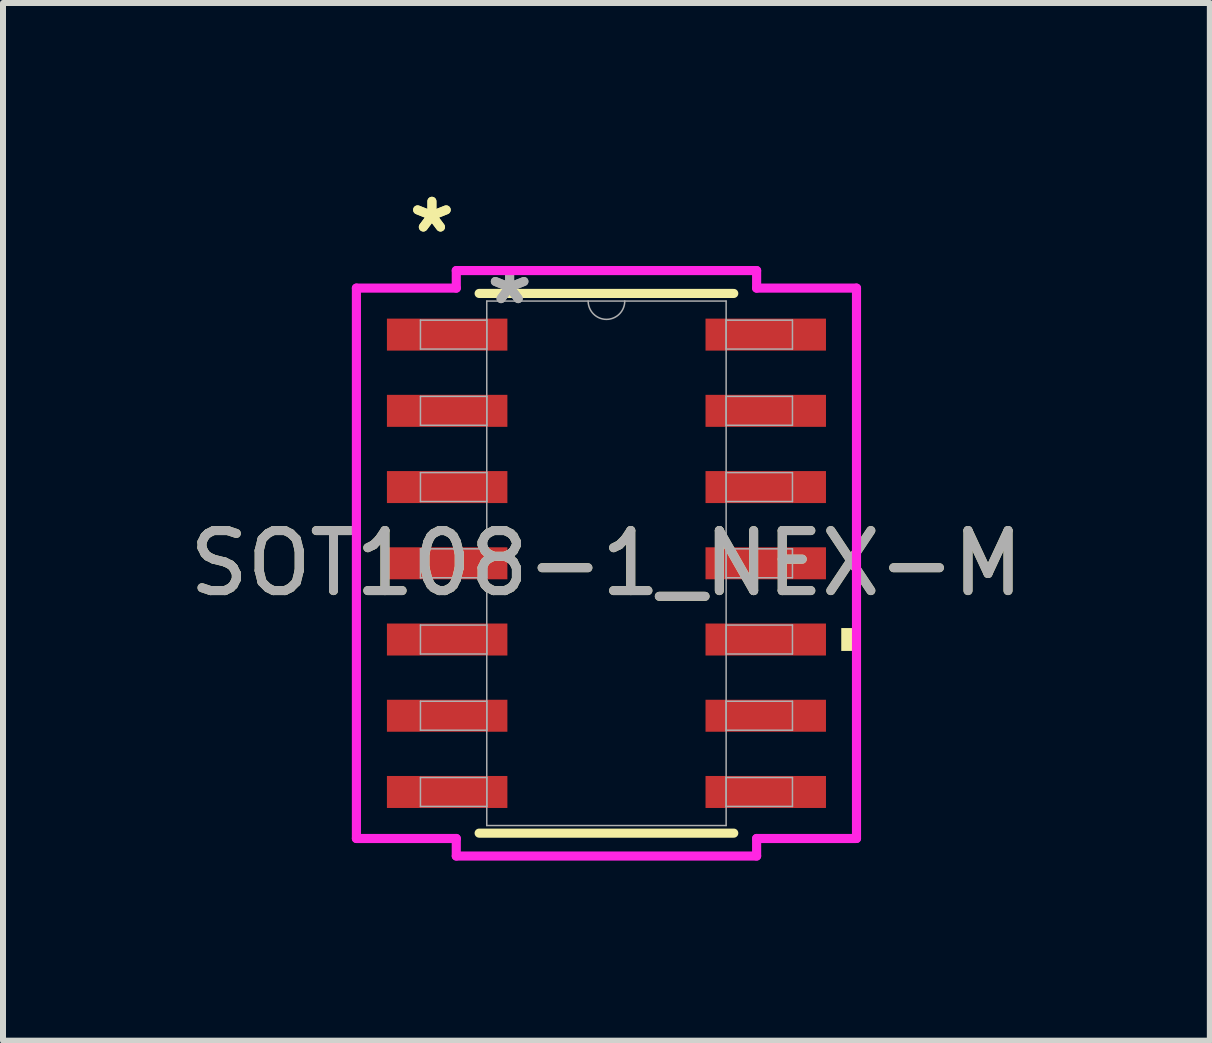
<source format=kicad_pcb>
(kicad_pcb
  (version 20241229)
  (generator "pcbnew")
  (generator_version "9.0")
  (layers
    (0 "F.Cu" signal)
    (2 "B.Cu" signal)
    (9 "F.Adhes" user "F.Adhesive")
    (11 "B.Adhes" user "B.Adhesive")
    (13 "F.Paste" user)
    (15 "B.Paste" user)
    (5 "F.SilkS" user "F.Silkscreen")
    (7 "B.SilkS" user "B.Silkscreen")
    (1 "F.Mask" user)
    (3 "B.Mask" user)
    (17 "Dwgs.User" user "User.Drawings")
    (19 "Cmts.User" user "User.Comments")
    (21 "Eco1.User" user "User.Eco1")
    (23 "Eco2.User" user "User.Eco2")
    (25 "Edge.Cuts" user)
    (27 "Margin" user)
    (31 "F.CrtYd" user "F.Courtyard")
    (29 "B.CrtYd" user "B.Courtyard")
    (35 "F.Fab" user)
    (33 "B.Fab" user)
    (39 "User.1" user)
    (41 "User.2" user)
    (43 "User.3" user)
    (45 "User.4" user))
  (footprint "SOT108-1_NEX-M"
    (layer "F.Cu")
    (at 7.054 6.335)
    (property "Reference" "SOT108-1_NEX-M" (at 0 0 0) (unlocked yes) (layer "F.SilkS") (effects (font (size 1 1) (thickness 0.15))))
    (attr smd)
    (fp_line (start -2.121 4.496) (end 2.121 4.496) (stroke (width 0.152) (type solid)) (layer "F.SilkS"))
    (fp_line (start 2.121 -4.496) (end -2.121 -4.496) (stroke (width 0.152) (type solid)) (layer "F.SilkS"))
    (fp_poly (pts (xy 4.166 1.079) (xy 4.166 1.46) (xy 3.912 1.46) (xy 3.912 1.079)) (stroke (width 0) (type solid)) (fill yes) (layer "F.SilkS"))
    (fp_line (start -4.166 -4.585) (end -2.502 -4.585) (stroke (width 0.152) (type solid)) (layer "F.CrtYd"))
    (fp_line (start -4.166 4.585) (end -4.166 -4.585) (stroke (width 0.152) (type solid)) (layer "F.CrtYd"))
    (fp_line (start -4.166 4.585) (end -2.502 4.585) (stroke (width 0.152) (type solid)) (layer "F.CrtYd"))
    (fp_line (start -2.502 -4.877) (end 2.502 -4.877) (stroke (width 0.152) (type solid)) (layer "F.CrtYd"))
    (fp_line (start -2.502 -4.585) (end -2.502 -4.877) (stroke (width 0.152) (type solid)) (layer "F.CrtYd"))
    (fp_line (start -2.502 4.877) (end -2.502 4.585) (stroke (width 0.152) (type solid)) (layer "F.CrtYd"))
    (fp_line (start 2.502 -4.877) (end 2.502 -4.585) (stroke (width 0.152) (type solid)) (layer "F.CrtYd"))
    (fp_line (start 2.502 4.585) (end 2.502 4.877) (stroke (width 0.152) (type solid)) (layer "F.CrtYd"))
    (fp_line (start 2.502 4.877) (end -2.502 4.877) (stroke (width 0.152) (type solid)) (layer "F.CrtYd"))
    (fp_line (start 4.166 -4.585) (end 2.502 -4.585) (stroke (width 0.152) (type solid)) (layer "F.CrtYd"))
    (fp_line (start 4.166 -4.585) (end 4.166 4.585) (stroke (width 0.152) (type solid)) (layer "F.CrtYd"))
    (fp_line (start 4.166 4.585) (end 2.502 4.585) (stroke (width 0.152) (type solid)) (layer "F.CrtYd"))
    (fp_line (start -3.099 -4.051) (end -3.099 -3.569) (stroke (width 0.025) (type solid)) (layer "F.Fab"))
    (fp_line (start -3.099 -3.569) (end -1.994 -3.569) (stroke (width 0.025) (type solid)) (layer "F.Fab"))
    (fp_line (start -3.099 -2.781) (end -3.099 -2.299) (stroke (width 0.025) (type solid)) (layer "F.Fab"))
    (fp_line (start -3.099 -2.299) (end -1.994 -2.299) (stroke (width 0.025) (type solid)) (layer "F.Fab"))
    (fp_line (start -3.099 -1.511) (end -3.099 -1.029) (stroke (width 0.025) (type solid)) (layer "F.Fab"))
    (fp_line (start -3.099 -1.029) (end -1.994 -1.029) (stroke (width 0.025) (type solid)) (layer "F.Fab"))
    (fp_line (start -3.099 -0.241) (end -3.099 0.241) (stroke (width 0.025) (type solid)) (layer "F.Fab"))
    (fp_line (start -3.099 0.241) (end -1.994 0.241) (stroke (width 0.025) (type solid)) (layer "F.Fab"))
    (fp_line (start -3.099 1.029) (end -3.099 1.511) (stroke (width 0.025) (type solid)) (layer "F.Fab"))
    (fp_line (start -3.099 1.511) (end -1.994 1.511) (stroke (width 0.025) (type solid)) (layer "F.Fab"))
    (fp_line (start -3.099 2.299) (end -3.099 2.781) (stroke (width 0.025) (type solid)) (layer "F.Fab"))
    (fp_line (start -3.099 2.781) (end -1.994 2.781) (stroke (width 0.025) (type solid)) (layer "F.Fab"))
    (fp_line (start -3.099 3.569) (end -3.099 4.051) (stroke (width 0.025) (type solid)) (layer "F.Fab"))
    (fp_line (start -3.099 4.051) (end -1.994 4.051) (stroke (width 0.025) (type solid)) (layer "F.Fab"))
    (fp_line (start -1.994 -4.369) (end -1.994 4.369) (stroke (width 0.025) (type solid)) (layer "F.Fab"))
    (fp_line (start -1.994 -4.051) (end -3.099 -4.051) (stroke (width 0.025) (type solid)) (layer "F.Fab"))
    (fp_line (start -1.994 -3.569) (end -1.994 -4.051) (stroke (width 0.025) (type solid)) (layer "F.Fab"))
    (fp_line (start -1.994 -2.781) (end -3.099 -2.781) (stroke (width 0.025) (type solid)) (layer "F.Fab"))
    (fp_line (start -1.994 -2.299) (end -1.994 -2.781) (stroke (width 0.025) (type solid)) (layer "F.Fab"))
    (fp_line (start -1.994 -1.511) (end -3.099 -1.511) (stroke (width 0.025) (type solid)) (layer "F.Fab"))
    (fp_line (start -1.994 -1.029) (end -1.994 -1.511) (stroke (width 0.025) (type solid)) (layer "F.Fab"))
    (fp_line (start -1.994 -0.241) (end -3.099 -0.241) (stroke (width 0.025) (type solid)) (layer "F.Fab"))
    (fp_line (start -1.994 0.241) (end -1.994 -0.241) (stroke (width 0.025) (type solid)) (layer "F.Fab"))
    (fp_line (start -1.994 1.029) (end -3.099 1.029) (stroke (width 0.025) (type solid)) (layer "F.Fab"))
    (fp_line (start -1.994 1.511) (end -1.994 1.029) (stroke (width 0.025) (type solid)) (layer "F.Fab"))
    (fp_line (start -1.994 2.299) (end -3.099 2.299) (stroke (width 0.025) (type solid)) (layer "F.Fab"))
    (fp_line (start -1.994 2.781) (end -1.994 2.299) (stroke (width 0.025) (type solid)) (layer "F.Fab"))
    (fp_line (start -1.994 3.569) (end -3.099 3.569) (stroke (width 0.025) (type solid)) (layer "F.Fab"))
    (fp_line (start -1.994 4.051) (end -1.994 3.569) (stroke (width 0.025) (type solid)) (layer "F.Fab"))
    (fp_line (start -1.994 4.369) (end 1.994 4.369) (stroke (width 0.025) (type solid)) (layer "F.Fab"))
    (fp_line (start 1.994 -4.369) (end -1.994 -4.369) (stroke (width 0.025) (type solid)) (layer "F.Fab"))
    (fp_line (start 1.994 -4.051) (end 1.994 -3.569) (stroke (width 0.025) (type solid)) (layer "F.Fab"))
    (fp_line (start 1.994 -3.569) (end 3.099 -3.569) (stroke (width 0.025) (type solid)) (layer "F.Fab"))
    (fp_line (start 1.994 -2.781) (end 1.994 -2.299) (stroke (width 0.025) (type solid)) (layer "F.Fab"))
    (fp_line (start 1.994 -2.299) (end 3.099 -2.299) (stroke (width 0.025) (type solid)) (layer "F.Fab"))
    (fp_line (start 1.994 -1.511) (end 1.994 -1.029) (stroke (width 0.025) (type solid)) (layer "F.Fab"))
    (fp_line (start 1.994 -1.029) (end 3.099 -1.029) (stroke (width 0.025) (type solid)) (layer "F.Fab"))
    (fp_line (start 1.994 -0.241) (end 1.994 0.241) (stroke (width 0.025) (type solid)) (layer "F.Fab"))
    (fp_line (start 1.994 0.241) (end 3.099 0.241) (stroke (width 0.025) (type solid)) (layer "F.Fab"))
    (fp_line (start 1.994 1.029) (end 1.994 1.511) (stroke (width 0.025) (type solid)) (layer "F.Fab"))
    (fp_line (start 1.994 1.511) (end 3.099 1.511) (stroke (width 0.025) (type solid)) (layer "F.Fab"))
    (fp_line (start 1.994 2.299) (end 1.994 2.781) (stroke (width 0.025) (type solid)) (layer "F.Fab"))
    (fp_line (start 1.994 2.781) (end 3.099 2.781) (stroke (width 0.025) (type solid)) (layer "F.Fab"))
    (fp_line (start 1.994 3.569) (end 1.994 4.051) (stroke (width 0.025) (type solid)) (layer "F.Fab"))
    (fp_line (start 1.994 4.051) (end 3.099 4.051) (stroke (width 0.025) (type solid)) (layer "F.Fab"))
    (fp_line (start 1.994 4.369) (end 1.994 -4.369) (stroke (width 0.025) (type solid)) (layer "F.Fab"))
    (fp_line (start 3.099 -4.051) (end 1.994 -4.051) (stroke (width 0.025) (type solid)) (layer "F.Fab"))
    (fp_line (start 3.099 -3.569) (end 3.099 -4.051) (stroke (width 0.025) (type solid)) (layer "F.Fab"))
    (fp_line (start 3.099 -2.781) (end 1.994 -2.781) (stroke (width 0.025) (type solid)) (layer "F.Fab"))
    (fp_line (start 3.099 -2.299) (end 3.099 -2.781) (stroke (width 0.025) (type solid)) (layer "F.Fab"))
    (fp_line (start 3.099 -1.511) (end 1.994 -1.511) (stroke (width 0.025) (type solid)) (layer "F.Fab"))
    (fp_line (start 3.099 -1.029) (end 3.099 -1.511) (stroke (width 0.025) (type solid)) (layer "F.Fab"))
    (fp_line (start 3.099 -0.241) (end 1.994 -0.241) (stroke (width 0.025) (type solid)) (layer "F.Fab"))
    (fp_line (start 3.099 0.241) (end 3.099 -0.241) (stroke (width 0.025) (type solid)) (layer "F.Fab"))
    (fp_line (start 3.099 1.029) (end 1.994 1.029) (stroke (width 0.025) (type solid)) (layer "F.Fab"))
    (fp_line (start 3.099 1.511) (end 3.099 1.029) (stroke (width 0.025) (type solid)) (layer "F.Fab"))
    (fp_line (start 3.099 2.299) (end 1.994 2.299) (stroke (width 0.025) (type solid)) (layer "F.Fab"))
    (fp_line (start 3.099 2.781) (end 3.099 2.299) (stroke (width 0.025) (type solid)) (layer "F.Fab"))
    (fp_line (start 3.099 3.569) (end 1.994 3.569) (stroke (width 0.025) (type solid)) (layer "F.Fab"))
    (fp_line (start 3.099 4.051) (end 3.099 3.569) (stroke (width 0.025) (type solid)) (layer "F.Fab"))
    (fp_arc (start 0.3048 -4.3688) (mid 0 -4.064) (end -0.3048 -4.3688) (stroke (width 0.0254) (type solid)) (layer "F.Fab"))
    (fp_text user "*" (at -2.908 -5.486 0) (layer "F.SilkS") (effects (font (size 1 1) (thickness 0.15))))
    (fp_text user "*" (at -2.908 -5.486 0) (unlocked yes) (layer "F.SilkS") (effects (font (size 1 1) (thickness 0.15))))
    (fp_text user "${REFERENCE}" (at 0 0 0) (unlocked yes) (layer "F.Fab") (effects (font (size 1 1) (thickness 0.15))))
    (fp_text user "*" (at -1.613 -4.293 0) (layer "F.Fab") (effects (font (size 1 1) (thickness 0.15))))
    (fp_text user "*" (at -1.613 -4.293 0) (unlocked yes) (layer "F.Fab") (effects (font (size 1 1) (thickness 0.15))))
    (pad "1" smd rect (at -2.654 -3.81) (size 2.007 0.533) (layers "F.Cu" "F.Mask" "F.Paste"))
    (pad "2" smd rect (at -2.654 -2.54) (size 2.007 0.533) (layers "F.Cu" "F.Mask" "F.Paste"))
    (pad "3" smd rect (at -2.654 -1.27) (size 2.007 0.533) (layers "F.Cu" "F.Mask" "F.Paste"))
    (pad "4" smd rect (at -2.654 0) (size 2.007 0.533) (layers "F.Cu" "F.Mask" "F.Paste"))
    (pad "5" smd rect (at -2.654 1.27) (size 2.007 0.533) (layers "F.Cu" "F.Mask" "F.Paste"))
    (pad "6" smd rect (at -2.654 2.54) (size 2.007 0.533) (layers "F.Cu" "F.Mask" "F.Paste"))
    (pad "7" smd rect (at -2.654 3.81) (size 2.007 0.533) (layers "F.Cu" "F.Mask" "F.Paste"))
    (pad "8" smd rect (at 2.654 3.81) (size 2.007 0.533) (layers "F.Cu" "F.Mask" "F.Paste"))
    (pad "9" smd rect (at 2.654 2.54) (size 2.007 0.533) (layers "F.Cu" "F.Mask" "F.Paste"))
    (pad "10" smd rect (at 2.654 1.27) (size 2.007 0.533) (layers "F.Cu" "F.Mask" "F.Paste"))
    (pad "11" smd rect (at 2.654 0) (size 2.007 0.533) (layers "F.Cu" "F.Mask" "F.Paste"))
    (pad "12" smd rect (at 2.654 -1.27) (size 2.007 0.533) (layers "F.Cu" "F.Mask" "F.Paste"))
    (pad "13" smd rect (at 2.654 -2.54) (size 2.007 0.533) (layers "F.Cu" "F.Mask" "F.Paste"))
    (pad "14" smd rect (at 2.654 -3.81) (size 2.007 0.533) (layers "F.Cu" "F.Mask" "F.Paste")))
  (gr_rect
    (start -3 -3)
    (end 17.107 14.288)
    (stroke (width 0.1) (type default))
    (fill no)
    (layer "Edge.Cuts")))
</source>
